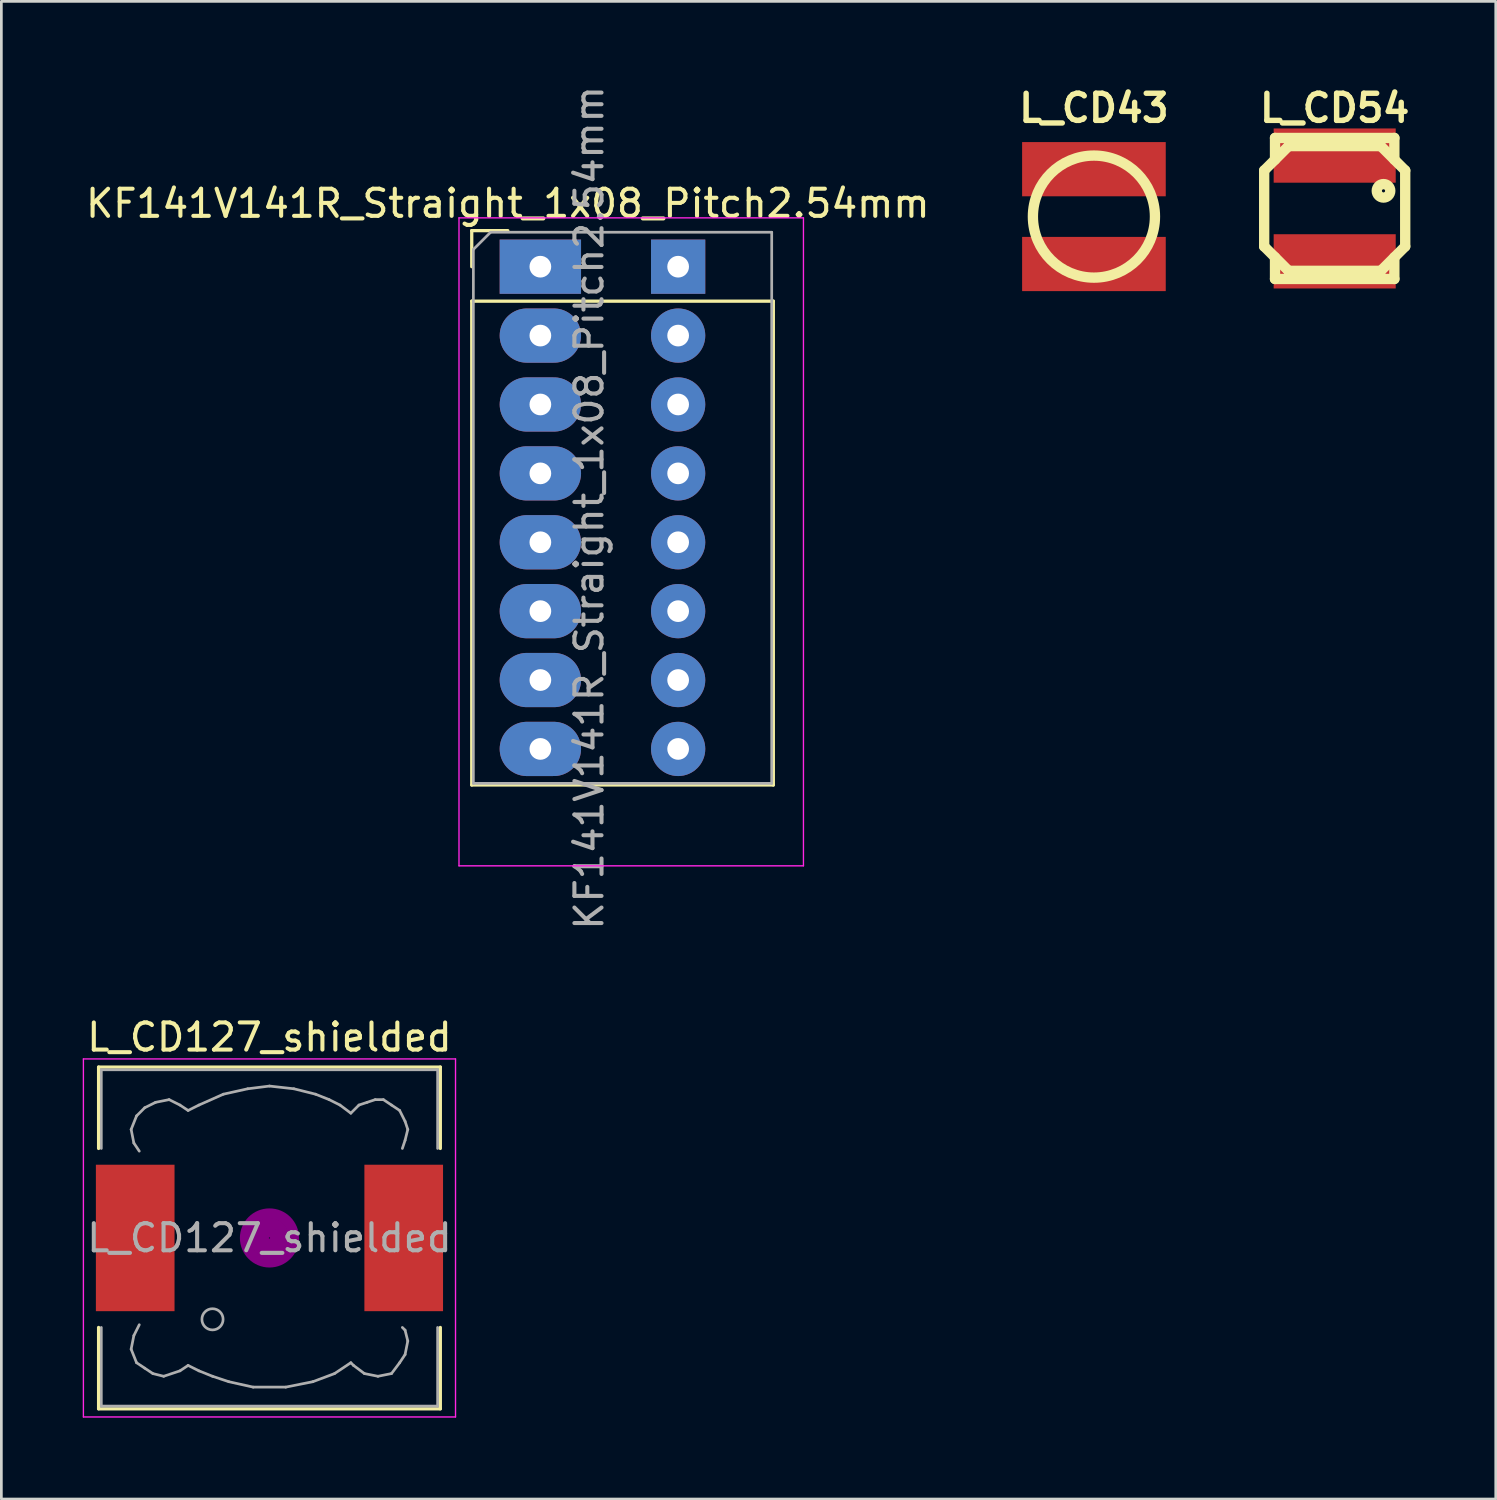
<source format=kicad_pcb>
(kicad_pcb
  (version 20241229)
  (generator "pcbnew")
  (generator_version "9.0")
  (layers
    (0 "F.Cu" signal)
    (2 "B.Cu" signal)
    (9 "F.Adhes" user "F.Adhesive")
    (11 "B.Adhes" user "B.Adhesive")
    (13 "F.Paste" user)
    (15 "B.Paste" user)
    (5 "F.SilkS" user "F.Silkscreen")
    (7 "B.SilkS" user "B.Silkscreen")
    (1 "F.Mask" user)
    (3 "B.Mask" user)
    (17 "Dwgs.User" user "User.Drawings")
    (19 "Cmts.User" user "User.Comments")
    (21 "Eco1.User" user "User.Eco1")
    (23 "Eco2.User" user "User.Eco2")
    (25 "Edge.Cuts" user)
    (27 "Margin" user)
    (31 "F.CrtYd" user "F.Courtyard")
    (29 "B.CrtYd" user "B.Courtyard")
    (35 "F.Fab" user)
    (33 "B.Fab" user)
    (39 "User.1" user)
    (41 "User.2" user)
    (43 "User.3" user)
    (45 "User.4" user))
  (footprint "L_CD127_shielded"
    (layer "F.Cu")
    (at 6.885 42.593)
    (property "Reference" "L_CD127_shielded" (at 0 -7.4 0) (layer "F.SilkS") (effects (font (size 1 1) (thickness 0.15))))
    (attr smd)
    (fp_line (start -6.3 -6.3) (end 6.3 -6.3) (stroke (width 0.12) (type solid)) (layer "F.SilkS"))
    (fp_line (start -6.3 -3.3) (end -6.3 -6.3) (stroke (width 0.12) (type solid)) (layer "F.SilkS"))
    (fp_line (start -6.3 6.3) (end -6.3 3.3) (stroke (width 0.12) (type solid)) (layer "F.SilkS"))
    (fp_line (start 6.3 -6.3) (end 6.3 -3.3) (stroke (width 0.12) (type solid)) (layer "F.SilkS"))
    (fp_line (start 6.3 3.3) (end 6.3 6.3) (stroke (width 0.12) (type solid)) (layer "F.SilkS"))
    (fp_line (start 6.3 6.3) (end -6.3 6.3) (stroke (width 0.12) (type solid)) (layer "F.SilkS"))
    (fp_circle (center 0 0) (end 0.15 0.15) (stroke (width 0.38) (type solid)) (fill no) (layer "F.Adhes"))
    (fp_circle (center 0 0) (end 0.55 0) (stroke (width 0.38) (type solid)) (fill no) (layer "F.Adhes"))
    (fp_circle (center 0 0) (end 0.9 0) (stroke (width 0.38) (type solid)) (fill no) (layer "F.Adhes"))
    (fp_line (start -6.86 -6.6) (end 6.86 -6.6) (stroke (width 0.05) (type solid)) (layer "F.CrtYd"))
    (fp_line (start -6.86 6.6) (end -6.86 -6.6) (stroke (width 0.05) (type solid)) (layer "F.CrtYd"))
    (fp_line (start 6.86 -6.6) (end 6.86 6.6) (stroke (width 0.05) (type solid)) (layer "F.CrtYd"))
    (fp_line (start 6.86 6.6) (end -6.86 6.6) (stroke (width 0.05) (type solid)) (layer "F.CrtYd"))
    (fp_line (start -6.2 -6.2) (end -6.2 -3.3) (stroke (width 0.1) (type solid)) (layer "F.Fab"))
    (fp_line (start -6.2 3.3) (end -6.2 6.2) (stroke (width 0.1) (type solid)) (layer "F.Fab"))
    (fp_line (start -6.2 6.2) (end 6.2 6.2) (stroke (width 0.1) (type solid)) (layer "F.Fab"))
    (fp_line (start -5.1 -4) (end -5 -3.5) (stroke (width 0.1) (type solid)) (layer "F.Fab"))
    (fp_line (start -5.1 4.1) (end -5 3.6) (stroke (width 0.1) (type solid)) (layer "F.Fab"))
    (fp_line (start -5 -3.5) (end -4.8 -3.2) (stroke (width 0.1) (type solid)) (layer "F.Fab"))
    (fp_line (start -5 3.6) (end -4.8 3.2) (stroke (width 0.1) (type solid)) (layer "F.Fab"))
    (fp_line (start -4.9 -4.5) (end -5.1 -4) (stroke (width 0.1) (type solid)) (layer "F.Fab"))
    (fp_line (start -4.9 4.6) (end -5.1 4.1) (stroke (width 0.1) (type solid)) (layer "F.Fab"))
    (fp_line (start -4.6 -4.8) (end -4.9 -4.5) (stroke (width 0.1) (type solid)) (layer "F.Fab"))
    (fp_line (start -4.6 4.8) (end -4.9 4.6) (stroke (width 0.1) (type solid)) (layer "F.Fab"))
    (fp_line (start -4.3 5) (end -4.6 4.8) (stroke (width 0.1) (type solid)) (layer "F.Fab"))
    (fp_line (start -4.2 -5) (end -4.6 -4.8) (stroke (width 0.1) (type solid)) (layer "F.Fab"))
    (fp_line (start -3.9 5.1) (end -4.3 5) (stroke (width 0.1) (type solid)) (layer "F.Fab"))
    (fp_line (start -3.7 -5.1) (end -4.2 -5) (stroke (width 0.1) (type solid)) (layer "F.Fab"))
    (fp_line (start -3.3 -4.9) (end -3.7 -5.1) (stroke (width 0.1) (type solid)) (layer "F.Fab"))
    (fp_line (start -3.3 4.9) (end -3.9 5.1) (stroke (width 0.1) (type solid)) (layer "F.Fab"))
    (fp_line (start -3 -4.7) (end -3.3 -4.9) (stroke (width 0.1) (type solid)) (layer "F.Fab"))
    (fp_line (start -3 4.7) (end -3.3 4.9) (stroke (width 0.1) (type solid)) (layer "F.Fab"))
    (fp_line (start -2.6 -4.9) (end -3 -4.7) (stroke (width 0.1) (type solid)) (layer "F.Fab"))
    (fp_line (start -2.6 4.9) (end -3 4.7) (stroke (width 0.1) (type solid)) (layer "F.Fab"))
    (fp_line (start -2.1 5.1) (end -2.6 4.9) (stroke (width 0.1) (type solid)) (layer "F.Fab"))
    (fp_line (start -1.7 -5.3) (end -2.6 -4.9) (stroke (width 0.1) (type solid)) (layer "F.Fab"))
    (fp_line (start -1.5 5.3) (end -2.1 5.1) (stroke (width 0.1) (type solid)) (layer "F.Fab"))
    (fp_line (start -0.8 -5.5) (end -1.7 -5.3) (stroke (width 0.1) (type solid)) (layer "F.Fab"))
    (fp_line (start -0.6 5.5) (end -1.5 5.3) (stroke (width 0.1) (type solid)) (layer "F.Fab"))
    (fp_line (start 0 -5.6) (end -0.8 -5.5) (stroke (width 0.1) (type solid)) (layer "F.Fab"))
    (fp_line (start 0.6 5.5) (end -0.6 5.5) (stroke (width 0.1) (type solid)) (layer "F.Fab"))
    (fp_line (start 0.9 -5.5) (end 0 -5.6) (stroke (width 0.1) (type solid)) (layer "F.Fab"))
    (fp_line (start 1.6 5.3) (end 0.6 5.5) (stroke (width 0.1) (type solid)) (layer "F.Fab"))
    (fp_line (start 1.7 -5.3) (end 0.9 -5.5) (stroke (width 0.1) (type solid)) (layer "F.Fab"))
    (fp_line (start 2.2 -5.1) (end 1.7 -5.3) (stroke (width 0.1) (type solid)) (layer "F.Fab"))
    (fp_line (start 2.4 5) (end 1.6 5.3) (stroke (width 0.1) (type solid)) (layer "F.Fab"))
    (fp_line (start 2.6 -4.9) (end 2.2 -5.1) (stroke (width 0.1) (type solid)) (layer "F.Fab"))
    (fp_line (start 3 -4.6) (end 2.6 -4.9) (stroke (width 0.1) (type solid)) (layer "F.Fab"))
    (fp_line (start 3 4.6) (end 2.4 5) (stroke (width 0.1) (type solid)) (layer "F.Fab"))
    (fp_line (start 3.1 4.7) (end 3 4.6) (stroke (width 0.1) (type solid)) (layer "F.Fab"))
    (fp_line (start 3.3 -4.9) (end 3 -4.6) (stroke (width 0.1) (type solid)) (layer "F.Fab"))
    (fp_line (start 3.5 5) (end 3.1 4.7) (stroke (width 0.1) (type solid)) (layer "F.Fab"))
    (fp_line (start 3.6 -5) (end 3.3 -4.9) (stroke (width 0.1) (type solid)) (layer "F.Fab"))
    (fp_line (start 3.9 -5.1) (end 3.6 -5) (stroke (width 0.1) (type solid)) (layer "F.Fab"))
    (fp_line (start 4 5.1) (end 3.5 5) (stroke (width 0.1) (type solid)) (layer "F.Fab"))
    (fp_line (start 4.2 -5.1) (end 3.9 -5.1) (stroke (width 0.1) (type solid)) (layer "F.Fab"))
    (fp_line (start 4.5 -4.9) (end 4.2 -5.1) (stroke (width 0.1) (type solid)) (layer "F.Fab"))
    (fp_line (start 4.5 5) (end 4 5.1) (stroke (width 0.1) (type solid)) (layer "F.Fab"))
    (fp_line (start 4.8 -4.7) (end 4.5 -4.9) (stroke (width 0.1) (type solid)) (layer "F.Fab"))
    (fp_line (start 4.8 4.6) (end 4.5 5) (stroke (width 0.1) (type solid)) (layer "F.Fab"))
    (fp_line (start 4.9 -3.3) (end 5 -3.6) (stroke (width 0.1) (type solid)) (layer "F.Fab"))
    (fp_line (start 4.9 3.3) (end 5 3.4) (stroke (width 0.1) (type solid)) (layer "F.Fab"))
    (fp_line (start 5 -4.3) (end 4.8 -4.7) (stroke (width 0.1) (type solid)) (layer "F.Fab"))
    (fp_line (start 5 -3.6) (end 5.1 -4) (stroke (width 0.1) (type solid)) (layer "F.Fab"))
    (fp_line (start 5 3.4) (end 5.1 3.8) (stroke (width 0.1) (type solid)) (layer "F.Fab"))
    (fp_line (start 5 4.3) (end 4.8 4.6) (stroke (width 0.1) (type solid)) (layer "F.Fab"))
    (fp_line (start 5.1 -4) (end 5 -4.3) (stroke (width 0.1) (type solid)) (layer "F.Fab"))
    (fp_line (start 5.1 3.8) (end 5 4.3) (stroke (width 0.1) (type solid)) (layer "F.Fab"))
    (fp_line (start 6.2 -6.2) (end -6.2 -6.2) (stroke (width 0.1) (type solid)) (layer "F.Fab"))
    (fp_line (start 6.2 -6.2) (end 6.2 -3.3) (stroke (width 0.1) (type solid)) (layer "F.Fab"))
    (fp_line (start 6.2 6.2) (end 6.2 3.3) (stroke (width 0.1) (type solid)) (layer "F.Fab"))
    (fp_circle (center -2.1 3) (end -1.8 3.25) (stroke (width 0.1) (type solid)) (fill no) (layer "F.Fab"))
    (fp_text user "${REFERENCE}" (at 0 0 0) (layer "F.Fab") (effects (font (size 1 1) (thickness 0.15))))
    (pad "1" smd rect (at -4.95 0) (size 2.9 5.4) (layers "F.Cu" "F.Mask" "F.Paste"))
    (pad "2" smd rect (at 4.95 0) (size 2.9 5.4) (layers "F.Cu" "F.Mask" "F.Paste")))
  (footprint "L_CD43"
    (layer "F.Cu")
    (at 37.283 4.936)
    (property "Reference" "L_CD43" (at 0 -4 0) (layer "F.SilkS") (effects (font (size 1 1) (thickness 0.2))))
    (attr through_hole)
    (fp_circle (center 0 0) (end 2.25 0) (stroke (width 0.381) (type solid)) (fill no) (layer "F.SilkS"))
    (pad "1" smd rect (at 0 -1.748) (size 5.296 1.999) (layers "F.Cu" "F.Mask" "F.Paste"))
    (pad "2" smd rect (at 0 1.748) (size 5.296 1.999) (layers "F.Cu" "F.Mask" "F.Paste")))
  (footprint "KF141V141R_Straight_1x08_Pitch2.54mm"
    (layer "F.Cu")
    (at 15.673 6.783)
    (property "Reference" "KF141V141R_Straight_1x08_Pitch2.54mm" (at 0 -2.33 0) (layer "F.SilkS") (effects (font (size 1 1) (thickness 0.15))))
    (attr through_hole)
    (fp_line (start -1.33 -1.33) (end 0 -1.33) (stroke (width 0.12) (type solid)) (layer "F.SilkS"))
    (fp_line (start -1.33 0) (end -1.33 -1.33) (stroke (width 0.12) (type solid)) (layer "F.SilkS"))
    (fp_line (start -1.33 1.27) (end -1.33 19.11) (stroke (width 0.12) (type solid)) (layer "F.SilkS"))
    (fp_line (start -1.33 1.27) (end 9.79 1.27) (stroke (width 0.12) (type solid)) (layer "F.SilkS"))
    (fp_line (start -1.33 19.11) (end 9.79 19.11) (stroke (width 0.12) (type solid)) (layer "F.SilkS"))
    (fp_line (start 9.79 1.27) (end 9.79 19.11) (stroke (width 0.12) (type solid)) (layer "F.SilkS"))
    (fp_line (start -1.8 -1.8) (end -1.8 22.09) (stroke (width 0.05) (type solid)) (layer "F.CrtYd"))
    (fp_line (start -1.8 22.09) (end 10.9 22.09) (stroke (width 0.05) (type solid)) (layer "F.CrtYd"))
    (fp_line (start 10.9 -1.8) (end -1.8 -1.8) (stroke (width 0.05) (type solid)) (layer "F.CrtYd"))
    (fp_line (start 10.9 22.09) (end 10.9 -1.8) (stroke (width 0.05) (type solid)) (layer "F.CrtYd"))
    (fp_line (start -1.27 -0.635) (end -0.635 -1.27) (stroke (width 0.1) (type solid)) (layer "F.Fab"))
    (fp_line (start -1.27 19.05) (end -1.27 -0.635) (stroke (width 0.1) (type solid)) (layer "F.Fab"))
    (fp_line (start -0.635 -1.27) (end 9.73 -1.27) (stroke (width 0.1) (type solid)) (layer "F.Fab"))
    (fp_line (start 9.73 -1.27) (end 9.73 19.05) (stroke (width 0.1) (type solid)) (layer "F.Fab"))
    (fp_line (start 9.73 19.05) (end -1.27 19.05) (stroke (width 0.1) (type solid)) (layer "F.Fab"))
    (fp_text user "${REFERENCE}" (at 3 8.89 90) (layer "F.Fab") (effects (font (size 1 1) (thickness 0.15))))
    (pad "1" thru_hole rect (at 1.2 0) (size 3 2) (drill 0.8) (layers "*.Cu" "*.Mask"))
    (pad "1" thru_hole rect (at 6.28 0) (size 2 2) (drill 0.8) (layers "*.Cu" "*.Mask"))
    (pad "2" thru_hole oval (at 1.2 2.54) (size 3 2) (drill 0.8) (layers "*.Cu" "*.Mask"))
    (pad "2" thru_hole oval (at 6.28 2.54) (size 2 2) (drill 0.8) (layers "*.Cu" "*.Mask"))
    (pad "3" thru_hole oval (at 1.2 5.08) (size 3 2) (drill 0.8) (layers "*.Cu" "*.Mask"))
    (pad "3" thru_hole oval (at 6.28 5.08) (size 2 2) (drill 0.8) (layers "*.Cu" "*.Mask"))
    (pad "4" thru_hole oval (at 1.2 7.62) (size 3 2) (drill 0.8) (layers "*.Cu" "*.Mask"))
    (pad "4" thru_hole oval (at 6.28 7.62) (size 2 2) (drill 0.8) (layers "*.Cu" "*.Mask"))
    (pad "5" thru_hole oval (at 1.2 10.16) (size 3 2) (drill 0.8) (layers "*.Cu" "*.Mask"))
    (pad "5" thru_hole oval (at 6.28 10.16) (size 2 2) (drill 0.8) (layers "*.Cu" "*.Mask"))
    (pad "6" thru_hole oval (at 1.2 12.7) (size 3 2) (drill 0.8) (layers "*.Cu" "*.Mask"))
    (pad "6" thru_hole oval (at 6.28 12.7) (size 2 2) (drill 0.8) (layers "*.Cu" "*.Mask"))
    (pad "7" thru_hole oval (at 1.2 15.24) (size 3 2) (drill 0.8) (layers "*.Cu" "*.Mask"))
    (pad "7" thru_hole oval (at 6.28 15.24) (size 2 2) (drill 0.8) (layers "*.Cu" "*.Mask"))
    (pad "8" thru_hole oval (at 1.2 17.78) (size 3 2) (drill 0.8) (layers "*.Cu" "*.Mask"))
    (pad "8" thru_hole oval (at 6.28 17.78) (size 2 2) (drill 0.8) (layers "*.Cu" "*.Mask")))
  (footprint "L_CD54"
    (layer "F.Cu")
    (at 46.16 4.636)
    (property "Reference" "L_CD54" (at 0 -3.7 0) (layer "F.SilkS") (effects (font (size 1 1) (thickness 0.2))))
    (attr through_hole)
    (fp_line (start -2.6 1.4) (end -2.6 -1.4) (stroke (width 0.381) (type solid)) (layer "F.SilkS"))
    (fp_line (start -2.2 -2.6) (end 2.2 -2.6) (stroke (width 0.381) (type solid)) (layer "F.SilkS"))
    (fp_line (start -2.2 -1.8) (end -2.2 -2.6) (stroke (width 0.381) (type solid)) (layer "F.SilkS"))
    (fp_line (start -2.2 1.8) (end -2.2 2.6) (stroke (width 0.381) (type solid)) (layer "F.SilkS"))
    (fp_line (start -2.2 2.6) (end 2.2 2.6) (stroke (width 0.381) (type solid)) (layer "F.SilkS"))
    (fp_line (start -1.7 -2.3) (end -2.6 -1.4) (stroke (width 0.381) (type solid)) (layer "F.SilkS"))
    (fp_line (start -1.7 -2.3) (end 1.7 -2.3) (stroke (width 0.381) (type solid)) (layer "F.SilkS"))
    (fp_line (start -1.7 2.3) (end -2.6 1.4) (stroke (width 0.381) (type solid)) (layer "F.SilkS"))
    (fp_line (start 1.7 -2.3) (end 2.6 -1.4) (stroke (width 0.381) (type solid)) (layer "F.SilkS"))
    (fp_line (start 1.7 2.3) (end -1.7 2.3) (stroke (width 0.381) (type solid)) (layer "F.SilkS"))
    (fp_line (start 1.7 2.3) (end 2.6 1.4) (stroke (width 0.381) (type solid)) (layer "F.SilkS"))
    (fp_line (start 2.2 -2.6) (end 2.2 -1.8) (stroke (width 0.381) (type solid)) (layer "F.SilkS"))
    (fp_line (start 2.2 2.6) (end 2.2 1.8) (stroke (width 0.381) (type solid)) (layer "F.SilkS"))
    (fp_line (start 2.6 1.4) (end 2.6 -1.4) (stroke (width 0.381) (type solid)) (layer "F.SilkS"))
    (fp_circle (center 1.8 -0.65) (end 1.8 -0.401) (stroke (width 0.381) (type solid)) (fill no) (layer "F.SilkS"))
    (pad "1" smd rect (at 0 -1.95) (size 4.5 2) (layers "F.Cu" "F.Mask" "F.Paste"))
    (pad "2" smd rect (at 0 1.95) (size 4.5 2) (layers "F.Cu" "F.Mask" "F.Paste")))
  (gr_rect
    (start -3 -3)
    (end 52.098 52.218)
    (stroke (width 0.1) (type default))
    (fill no)
    (layer "Edge.Cuts")))
</source>
